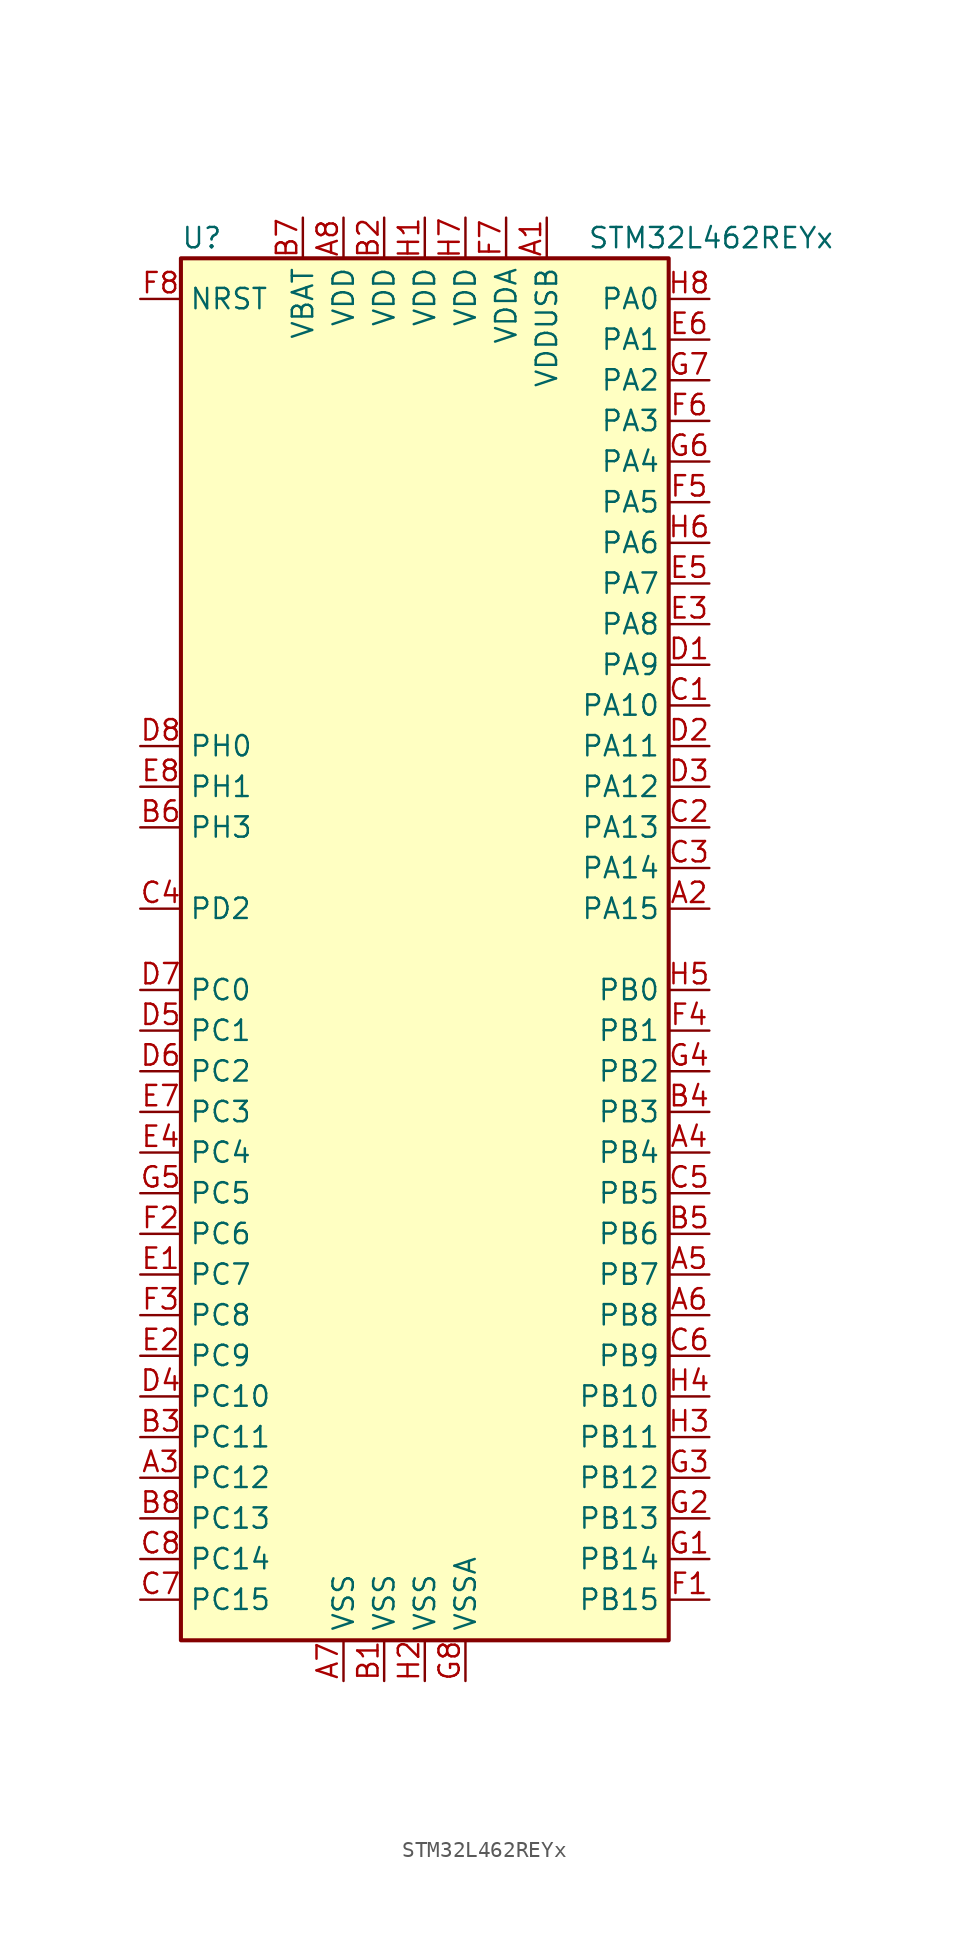
<source format=kicad_sym>
(kicad_symbol_lib
  (version 20201005)
  (generator kicad_symbol_editor)
  (symbol "STM32L462REYx"
    (property "Reference" "U"
      (at -15.24 44.45 0)
      (effects (font (size 1.27 1.27)) (justify left)))
    (property "Value" "STM32L462REYx"
      (at 10.16 44.45 0)
      (effects (font (size 1.27 1.27)) (justify left)))
    (symbol "STM32L462REYx_0_1"
      (rectangle (start -15.24 -43.18) (end 15.24 43.18) (stroke (width 0.254)) (fill (type background))))
    (symbol "STM32L462REYx_1_1"
      (pin power_in line (at 7.62 45.72 270) (length 2.54) (name "VDDUSB" (effects (font (size 1.27 1.27)))) (number "A1" (effects (font (size 1.27 1.27)))))
      (pin bidirectional line (at 17.78 2.54 180) (length 2.54) (name "PA15" (effects (font (size 1.27 1.27)))) (number "A2" (effects (font (size 1.27 1.27)))))
      (pin bidirectional line (at -17.78 -33.02 0) (length 2.54) (name "PC12" (effects (font (size 1.27 1.27)))) (number "A3" (effects (font (size 1.27 1.27)))))
      (pin bidirectional line (at 17.78 -12.7 180) (length 2.54) (name "PB4" (effects (font (size 1.27 1.27)))) (number "A4" (effects (font (size 1.27 1.27)))))
      (pin bidirectional line (at 17.78 -20.32 180) (length 2.54) (name "PB7" (effects (font (size 1.27 1.27)))) (number "A5" (effects (font (size 1.27 1.27)))))
      (pin bidirectional line (at 17.78 -22.86 180) (length 2.54) (name "PB8" (effects (font (size 1.27 1.27)))) (number "A6" (effects (font (size 1.27 1.27)))))
      (pin power_in line (at -5.08 -45.72 90) (length 2.54) (name "VSS" (effects (font (size 1.27 1.27)))) (number "A7" (effects (font (size 1.27 1.27)))))
      (pin power_in line (at -5.08 45.72 270) (length 2.54) (name "VDD" (effects (font (size 1.27 1.27)))) (number "A8" (effects (font (size 1.27 1.27)))))
      (pin power_in line (at -2.54 -45.72 90) (length 2.54) (name "VSS" (effects (font (size 1.27 1.27)))) (number "B1" (effects (font (size 1.27 1.27)))))
      (pin power_in line (at -2.54 45.72 270) (length 2.54) (name "VDD" (effects (font (size 1.27 1.27)))) (number "B2" (effects (font (size 1.27 1.27)))))
      (pin bidirectional line (at -17.78 -30.48 0) (length 2.54) (name "PC11" (effects (font (size 1.27 1.27)))) (number "B3" (effects (font (size 1.27 1.27)))))
      (pin bidirectional line (at 17.78 -10.16 180) (length 2.54) (name "PB3" (effects (font (size 1.27 1.27)))) (number "B4" (effects (font (size 1.27 1.27)))))
      (pin bidirectional line (at 17.78 -17.78 180) (length 2.54) (name "PB6" (effects (font (size 1.27 1.27)))) (number "B5" (effects (font (size 1.27 1.27)))))
      (pin bidirectional line (at -17.78 7.62 0) (length 2.54) (name "PH3" (effects (font (size 1.27 1.27)))) (number "B6" (effects (font (size 1.27 1.27)))))
      (pin power_in line (at -7.62 45.72 270) (length 2.54) (name "VBAT" (effects (font (size 1.27 1.27)))) (number "B7" (effects (font (size 1.27 1.27)))))
      (pin bidirectional line (at -17.78 -35.56 0) (length 2.54) (name "PC13" (effects (font (size 1.27 1.27)))) (number "B8" (effects (font (size 1.27 1.27)))))
      (pin bidirectional line (at 17.78 15.24 180) (length 2.54) (name "PA10" (effects (font (size 1.27 1.27)))) (number "C1" (effects (font (size 1.27 1.27)))))
      (pin bidirectional line (at 17.78 7.62 180) (length 2.54) (name "PA13" (effects (font (size 1.27 1.27)))) (number "C2" (effects (font (size 1.27 1.27)))))
      (pin bidirectional line (at 17.78 5.08 180) (length 2.54) (name "PA14" (effects (font (size 1.27 1.27)))) (number "C3" (effects (font (size 1.27 1.27)))))
      (pin bidirectional line (at -17.78 2.54 0) (length 2.54) (name "PD2" (effects (font (size 1.27 1.27)))) (number "C4" (effects (font (size 1.27 1.27)))))
      (pin bidirectional line (at 17.78 -15.24 180) (length 2.54) (name "PB5" (effects (font (size 1.27 1.27)))) (number "C5" (effects (font (size 1.27 1.27)))))
      (pin bidirectional line (at 17.78 -25.4 180) (length 2.54) (name "PB9" (effects (font (size 1.27 1.27)))) (number "C6" (effects (font (size 1.27 1.27)))))
      (pin bidirectional line (at -17.78 -40.64 0) (length 2.54) (name "PC15" (effects (font (size 1.27 1.27)))) (number "C7" (effects (font (size 1.27 1.27)))))
      (pin bidirectional line (at -17.78 -38.1 0) (length 2.54) (name "PC14" (effects (font (size 1.27 1.27)))) (number "C8" (effects (font (size 1.27 1.27)))))
      (pin bidirectional line (at 17.78 17.78 180) (length 2.54) (name "PA9" (effects (font (size 1.27 1.27)))) (number "D1" (effects (font (size 1.27 1.27)))))
      (pin bidirectional line (at 17.78 12.7 180) (length 2.54) (name "PA11" (effects (font (size 1.27 1.27)))) (number "D2" (effects (font (size 1.27 1.27)))))
      (pin bidirectional line (at 17.78 10.16 180) (length 2.54) (name "PA12" (effects (font (size 1.27 1.27)))) (number "D3" (effects (font (size 1.27 1.27)))))
      (pin bidirectional line (at -17.78 -27.94 0) (length 2.54) (name "PC10" (effects (font (size 1.27 1.27)))) (number "D4" (effects (font (size 1.27 1.27)))))
      (pin bidirectional line (at -17.78 -5.08 0) (length 2.54) (name "PC1" (effects (font (size 1.27 1.27)))) (number "D5" (effects (font (size 1.27 1.27)))))
      (pin bidirectional line (at -17.78 -7.62 0) (length 2.54) (name "PC2" (effects (font (size 1.27 1.27)))) (number "D6" (effects (font (size 1.27 1.27)))))
      (pin bidirectional line (at -17.78 -2.54 0) (length 2.54) (name "PC0" (effects (font (size 1.27 1.27)))) (number "D7" (effects (font (size 1.27 1.27)))))
      (pin input line (at -17.78 12.7 0) (length 2.54) (name "PH0" (effects (font (size 1.27 1.27)))) (number "D8" (effects (font (size 1.27 1.27)))))
      (pin bidirectional line (at -17.78 -20.32 0) (length 2.54) (name "PC7" (effects (font (size 1.27 1.27)))) (number "E1" (effects (font (size 1.27 1.27)))))
      (pin bidirectional line (at -17.78 -25.4 0) (length 2.54) (name "PC9" (effects (font (size 1.27 1.27)))) (number "E2" (effects (font (size 1.27 1.27)))))
      (pin bidirectional line (at 17.78 20.32 180) (length 2.54) (name "PA8" (effects (font (size 1.27 1.27)))) (number "E3" (effects (font (size 1.27 1.27)))))
      (pin bidirectional line (at -17.78 -12.7 0) (length 2.54) (name "PC4" (effects (font (size 1.27 1.27)))) (number "E4" (effects (font (size 1.27 1.27)))))
      (pin bidirectional line (at 17.78 22.86 180) (length 2.54) (name "PA7" (effects (font (size 1.27 1.27)))) (number "E5" (effects (font (size 1.27 1.27)))))
      (pin bidirectional line (at 17.78 38.1 180) (length 2.54) (name "PA1" (effects (font (size 1.27 1.27)))) (number "E6" (effects (font (size 1.27 1.27)))))
      (pin bidirectional line (at -17.78 -10.16 0) (length 2.54) (name "PC3" (effects (font (size 1.27 1.27)))) (number "E7" (effects (font (size 1.27 1.27)))))
      (pin input line (at -17.78 10.16 0) (length 2.54) (name "PH1" (effects (font (size 1.27 1.27)))) (number "E8" (effects (font (size 1.27 1.27)))))
      (pin bidirectional line (at 17.78 -40.64 180) (length 2.54) (name "PB15" (effects (font (size 1.27 1.27)))) (number "F1" (effects (font (size 1.27 1.27)))))
      (pin bidirectional line (at -17.78 -17.78 0) (length 2.54) (name "PC6" (effects (font (size 1.27 1.27)))) (number "F2" (effects (font (size 1.27 1.27)))))
      (pin bidirectional line (at -17.78 -22.86 0) (length 2.54) (name "PC8" (effects (font (size 1.27 1.27)))) (number "F3" (effects (font (size 1.27 1.27)))))
      (pin bidirectional line (at 17.78 -5.08 180) (length 2.54) (name "PB1" (effects (font (size 1.27 1.27)))) (number "F4" (effects (font (size 1.27 1.27)))))
      (pin bidirectional line (at 17.78 27.94 180) (length 2.54) (name "PA5" (effects (font (size 1.27 1.27)))) (number "F5" (effects (font (size 1.27 1.27)))))
      (pin bidirectional line (at 17.78 33.02 180) (length 2.54) (name "PA3" (effects (font (size 1.27 1.27)))) (number "F6" (effects (font (size 1.27 1.27)))))
      (pin power_in line (at 5.08 45.72 270) (length 2.54) (name "VDDA" (effects (font (size 1.27 1.27)))) (number "F7" (effects (font (size 1.27 1.27)))))
      (pin input line (at -17.78 40.64 0) (length 2.54) (name "NRST" (effects (font (size 1.27 1.27)))) (number "F8" (effects (font (size 1.27 1.27)))))
      (pin bidirectional line (at 17.78 -38.1 180) (length 2.54) (name "PB14" (effects (font (size 1.27 1.27)))) (number "G1" (effects (font (size 1.27 1.27)))))
      (pin bidirectional line (at 17.78 -35.56 180) (length 2.54) (name "PB13" (effects (font (size 1.27 1.27)))) (number "G2" (effects (font (size 1.27 1.27)))))
      (pin bidirectional line (at 17.78 -33.02 180) (length 2.54) (name "PB12" (effects (font (size 1.27 1.27)))) (number "G3" (effects (font (size 1.27 1.27)))))
      (pin bidirectional line (at 17.78 -7.62 180) (length 2.54) (name "PB2" (effects (font (size 1.27 1.27)))) (number "G4" (effects (font (size 1.27 1.27)))))
      (pin bidirectional line (at -17.78 -15.24 0) (length 2.54) (name "PC5" (effects (font (size 1.27 1.27)))) (number "G5" (effects (font (size 1.27 1.27)))))
      (pin bidirectional line (at 17.78 30.48 180) (length 2.54) (name "PA4" (effects (font (size 1.27 1.27)))) (number "G6" (effects (font (size 1.27 1.27)))))
      (pin bidirectional line (at 17.78 35.56 180) (length 2.54) (name "PA2" (effects (font (size 1.27 1.27)))) (number "G7" (effects (font (size 1.27 1.27)))))
      (pin power_in line (at 2.54 -45.72 90) (length 2.54) (name "VSSA" (effects (font (size 1.27 1.27)))) (number "G8" (effects (font (size 1.27 1.27)))))
      (pin power_in line (at 0 45.72 270) (length 2.54) (name "VDD" (effects (font (size 1.27 1.27)))) (number "H1" (effects (font (size 1.27 1.27)))))
      (pin power_in line (at 0 -45.72 90) (length 2.54) (name "VSS" (effects (font (size 1.27 1.27)))) (number "H2" (effects (font (size 1.27 1.27)))))
      (pin bidirectional line (at 17.78 -30.48 180) (length 2.54) (name "PB11" (effects (font (size 1.27 1.27)))) (number "H3" (effects (font (size 1.27 1.27)))))
      (pin bidirectional line (at 17.78 -27.94 180) (length 2.54) (name "PB10" (effects (font (size 1.27 1.27)))) (number "H4" (effects (font (size 1.27 1.27)))))
      (pin bidirectional line (at 17.78 -2.54 180) (length 2.54) (name "PB0" (effects (font (size 1.27 1.27)))) (number "H5" (effects (font (size 1.27 1.27)))))
      (pin bidirectional line (at 17.78 25.4 180) (length 2.54) (name "PA6" (effects (font (size 1.27 1.27)))) (number "H6" (effects (font (size 1.27 1.27)))))
      (pin power_in line (at 2.54 45.72 270) (length 2.54) (name "VDD" (effects (font (size 1.27 1.27)))) (number "H7" (effects (font (size 1.27 1.27)))))
      (pin bidirectional line (at 17.78 40.64 180) (length 2.54) (name "PA0" (effects (font (size 1.27 1.27)))) (number "H8" (effects (font (size 1.27 1.27))))))))
</source>
